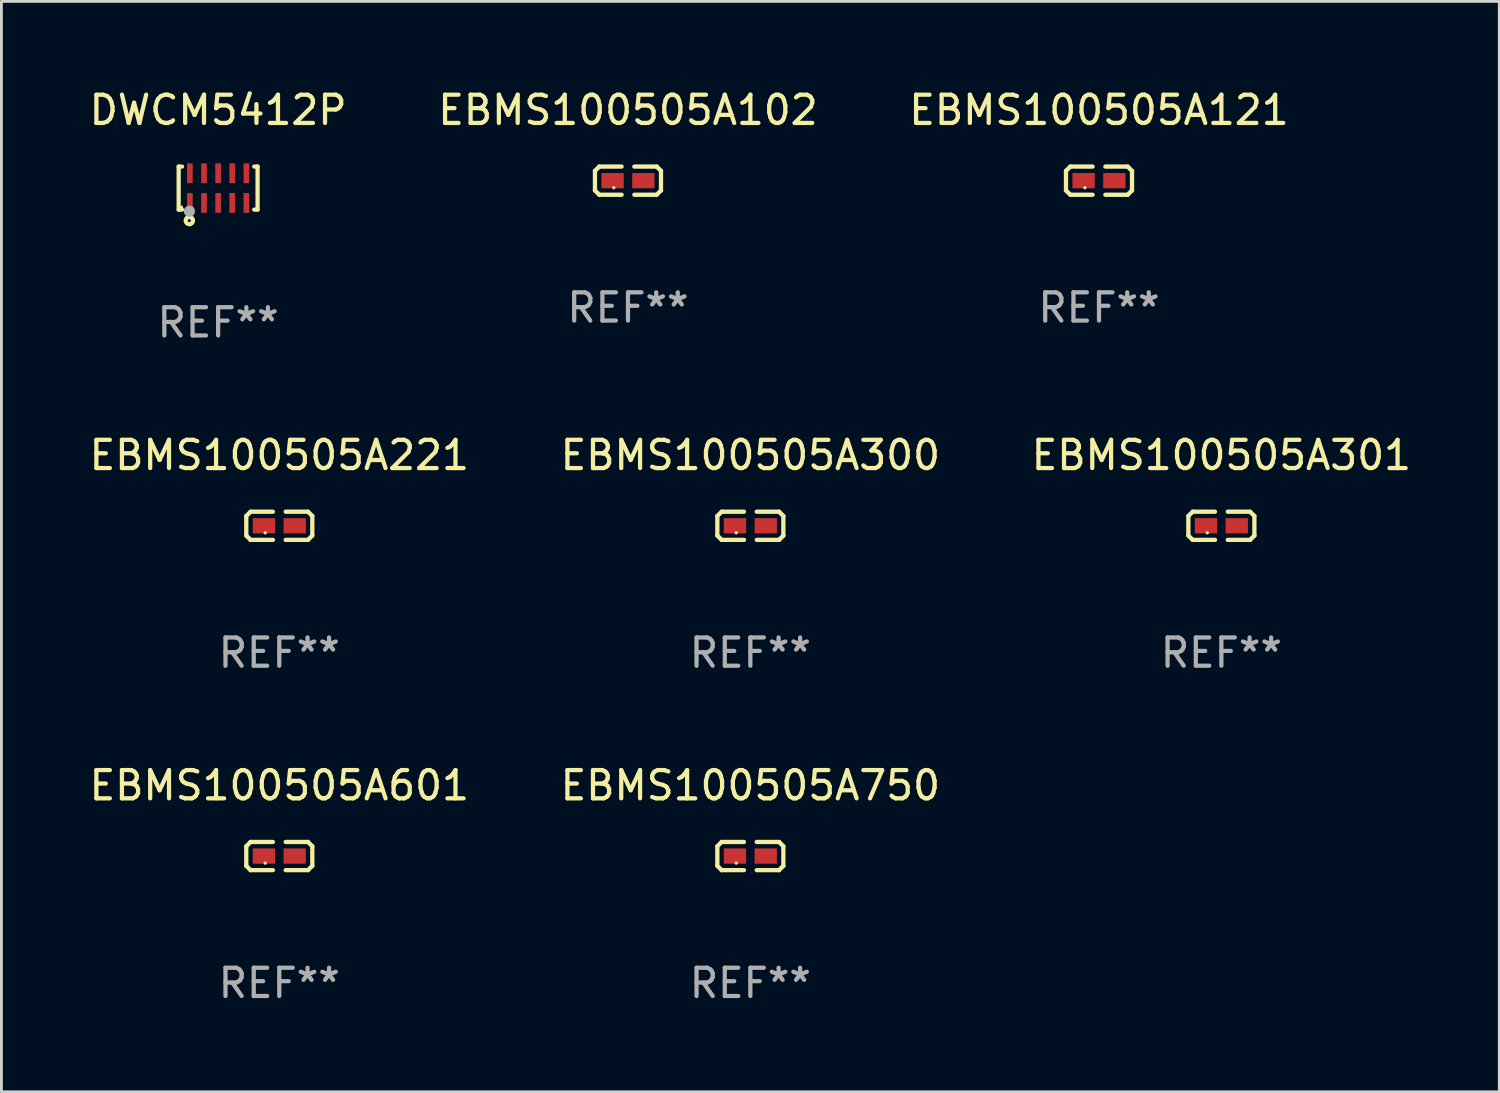
<source format=kicad_pcb>
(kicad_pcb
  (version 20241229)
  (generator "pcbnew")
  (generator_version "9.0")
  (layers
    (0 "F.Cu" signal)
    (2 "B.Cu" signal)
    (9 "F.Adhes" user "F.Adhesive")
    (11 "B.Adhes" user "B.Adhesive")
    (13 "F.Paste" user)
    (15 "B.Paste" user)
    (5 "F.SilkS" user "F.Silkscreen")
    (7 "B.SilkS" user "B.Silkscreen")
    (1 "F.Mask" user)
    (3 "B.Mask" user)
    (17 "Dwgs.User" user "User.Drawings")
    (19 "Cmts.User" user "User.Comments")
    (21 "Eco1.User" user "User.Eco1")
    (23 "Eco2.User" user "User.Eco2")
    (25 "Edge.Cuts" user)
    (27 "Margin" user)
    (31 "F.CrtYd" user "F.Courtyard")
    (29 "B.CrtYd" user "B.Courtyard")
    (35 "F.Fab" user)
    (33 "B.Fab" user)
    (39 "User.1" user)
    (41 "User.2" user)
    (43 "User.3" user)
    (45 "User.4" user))
  (footprint "EBMS100505A121"
    (layer "F.Cu")
    (at 35.863 3.347)
    (property "Reference" "EBMS100505A121" (at 0 -2.499 0) (layer "F.SilkS") (effects (font (size 1 1) (thickness 0.15))))
    (attr through_hole)
    (fp_line (start -1.169 -0.346) (end -1.016 -0.499) (stroke (width 0.152) (type solid)) (layer "F.SilkS"))
    (fp_line (start -1.169 0.346) (end -1.169 -0.346) (stroke (width 0.152) (type solid)) (layer "F.SilkS"))
    (fp_line (start -1.016 -0.499) (end -0.226 -0.499) (stroke (width 0.152) (type solid)) (layer "F.SilkS"))
    (fp_line (start -1.016 0.499) (end -1.169 0.346) (stroke (width 0.152) (type solid)) (layer "F.SilkS"))
    (fp_line (start -0.226 0.499) (end -1.016 0.499) (stroke (width 0.152) (type solid)) (layer "F.SilkS"))
    (fp_line (start 0.226 0.499) (end 1.016 0.499) (stroke (width 0.152) (type solid)) (layer "F.SilkS"))
    (fp_line (start 1.016 -0.499) (end 0.226 -0.499) (stroke (width 0.152) (type solid)) (layer "F.SilkS"))
    (fp_line (start 1.016 0.499) (end 1.169 0.346) (stroke (width 0.152) (type solid)) (layer "F.SilkS"))
    (fp_line (start 1.169 -0.346) (end 1.016 -0.499) (stroke (width 0.152) (type solid)) (layer "F.SilkS"))
    (fp_line (start 1.169 0.346) (end 1.169 -0.346) (stroke (width 0.152) (type solid)) (layer "F.SilkS"))
    (fp_circle (center -0.5 0.25) (end -0.47 0.25) (stroke (width 0.06) (type solid)) (fill no) (layer "F.SilkS"))
    (fp_text user "REF**" (at 0 4.499 0) (layer "F.Fab") (effects (font (size 1 1) (thickness 0.15))))
    (pad "1" smd rect (at -0.545 0) (size 0.79 0.54) (layers "F.Cu" "F.Mask" "F.Paste"))
    (pad "2" smd rect (at 0.545 0) (size 0.79 0.54) (layers "F.Cu" "F.Mask" "F.Paste")))
  (footprint "EBMS100505A300"
    (layer "F.Cu")
    (at 23.518 15.567)
    (property "Reference" "EBMS100505A300" (at 0 -2.499 0) (layer "F.SilkS") (effects (font (size 1 1) (thickness 0.15))))
    (attr through_hole)
    (fp_line (start -1.169 -0.346) (end -1.016 -0.499) (stroke (width 0.152) (type solid)) (layer "F.SilkS"))
    (fp_line (start -1.169 0.346) (end -1.169 -0.346) (stroke (width 0.152) (type solid)) (layer "F.SilkS"))
    (fp_line (start -1.016 -0.499) (end -0.226 -0.499) (stroke (width 0.152) (type solid)) (layer "F.SilkS"))
    (fp_line (start -1.016 0.499) (end -1.169 0.346) (stroke (width 0.152) (type solid)) (layer "F.SilkS"))
    (fp_line (start -0.226 0.499) (end -1.016 0.499) (stroke (width 0.152) (type solid)) (layer "F.SilkS"))
    (fp_line (start 0.226 0.499) (end 1.016 0.499) (stroke (width 0.152) (type solid)) (layer "F.SilkS"))
    (fp_line (start 1.016 -0.499) (end 0.226 -0.499) (stroke (width 0.152) (type solid)) (layer "F.SilkS"))
    (fp_line (start 1.016 0.499) (end 1.169 0.346) (stroke (width 0.152) (type solid)) (layer "F.SilkS"))
    (fp_line (start 1.169 -0.346) (end 1.016 -0.499) (stroke (width 0.152) (type solid)) (layer "F.SilkS"))
    (fp_line (start 1.169 0.346) (end 1.169 -0.346) (stroke (width 0.152) (type solid)) (layer "F.SilkS"))
    (fp_circle (center -0.5 0.25) (end -0.47 0.25) (stroke (width 0.06) (type solid)) (fill no) (layer "F.SilkS"))
    (fp_text user "REF**" (at 0 4.499 0) (layer "F.Fab") (effects (font (size 1 1) (thickness 0.15))))
    (pad "1" smd rect (at -0.545 0) (size 0.79 0.54) (layers "F.Cu" "F.Mask" "F.Paste"))
    (pad "2" smd rect (at 0.545 0) (size 0.79 0.54) (layers "F.Cu" "F.Mask" "F.Paste")))
  (footprint "EBMS100505A301"
    (layer "F.Cu")
    (at 40.196 15.567)
    (property "Reference" "EBMS100505A301" (at 0 -2.499 0) (layer "F.SilkS") (effects (font (size 1 1) (thickness 0.15))))
    (attr through_hole)
    (fp_line (start -1.169 -0.346) (end -1.016 -0.499) (stroke (width 0.152) (type solid)) (layer "F.SilkS"))
    (fp_line (start -1.169 0.346) (end -1.169 -0.346) (stroke (width 0.152) (type solid)) (layer "F.SilkS"))
    (fp_line (start -1.016 -0.499) (end -0.226 -0.499) (stroke (width 0.152) (type solid)) (layer "F.SilkS"))
    (fp_line (start -1.016 0.499) (end -1.169 0.346) (stroke (width 0.152) (type solid)) (layer "F.SilkS"))
    (fp_line (start -0.226 0.499) (end -1.016 0.499) (stroke (width 0.152) (type solid)) (layer "F.SilkS"))
    (fp_line (start 0.226 0.499) (end 1.016 0.499) (stroke (width 0.152) (type solid)) (layer "F.SilkS"))
    (fp_line (start 1.016 -0.499) (end 0.226 -0.499) (stroke (width 0.152) (type solid)) (layer "F.SilkS"))
    (fp_line (start 1.016 0.499) (end 1.169 0.346) (stroke (width 0.152) (type solid)) (layer "F.SilkS"))
    (fp_line (start 1.169 -0.346) (end 1.016 -0.499) (stroke (width 0.152) (type solid)) (layer "F.SilkS"))
    (fp_line (start 1.169 0.346) (end 1.169 -0.346) (stroke (width 0.152) (type solid)) (layer "F.SilkS"))
    (fp_circle (center -0.5 0.25) (end -0.47 0.25) (stroke (width 0.06) (type solid)) (fill no) (layer "F.SilkS"))
    (fp_text user "REF**" (at 0 4.499 0) (layer "F.Fab") (effects (font (size 1 1) (thickness 0.15))))
    (pad "1" smd rect (at -0.545 0) (size 0.79 0.54) (layers "F.Cu" "F.Mask" "F.Paste"))
    (pad "2" smd rect (at 0.545 0) (size 0.79 0.54) (layers "F.Cu" "F.Mask" "F.Paste")))
  (footprint "EBMS100505A601"
    (layer "F.Cu")
    (at 6.839 27.261)
    (property "Reference" "EBMS100505A601" (at 0 -2.499 0) (layer "F.SilkS") (effects (font (size 1 1) (thickness 0.15))))
    (attr through_hole)
    (fp_line (start -1.169 -0.346) (end -1.016 -0.499) (stroke (width 0.152) (type solid)) (layer "F.SilkS"))
    (fp_line (start -1.169 0.346) (end -1.169 -0.346) (stroke (width 0.152) (type solid)) (layer "F.SilkS"))
    (fp_line (start -1.016 -0.499) (end -0.226 -0.499) (stroke (width 0.152) (type solid)) (layer "F.SilkS"))
    (fp_line (start -1.016 0.499) (end -1.169 0.346) (stroke (width 0.152) (type solid)) (layer "F.SilkS"))
    (fp_line (start -0.226 0.499) (end -1.016 0.499) (stroke (width 0.152) (type solid)) (layer "F.SilkS"))
    (fp_line (start 0.226 0.499) (end 1.016 0.499) (stroke (width 0.152) (type solid)) (layer "F.SilkS"))
    (fp_line (start 1.016 -0.499) (end 0.226 -0.499) (stroke (width 0.152) (type solid)) (layer "F.SilkS"))
    (fp_line (start 1.016 0.499) (end 1.169 0.346) (stroke (width 0.152) (type solid)) (layer "F.SilkS"))
    (fp_line (start 1.169 -0.346) (end 1.016 -0.499) (stroke (width 0.152) (type solid)) (layer "F.SilkS"))
    (fp_line (start 1.169 0.346) (end 1.169 -0.346) (stroke (width 0.152) (type solid)) (layer "F.SilkS"))
    (fp_circle (center -0.5 0.25) (end -0.47 0.25) (stroke (width 0.06) (type solid)) (fill no) (layer "F.SilkS"))
    (fp_text user "REF**" (at 0 4.499 0) (layer "F.Fab") (effects (font (size 1 1) (thickness 0.15))))
    (pad "1" smd rect (at -0.545 0) (size 0.79 0.54) (layers "F.Cu" "F.Mask" "F.Paste"))
    (pad "2" smd rect (at 0.545 0) (size 0.79 0.54) (layers "F.Cu" "F.Mask" "F.Paste")))
  (footprint "EBMS100505A750"
    (layer "F.Cu")
    (at 23.518 27.261)
    (property "Reference" "EBMS100505A750" (at 0 -2.499 0) (layer "F.SilkS") (effects (font (size 1 1) (thickness 0.15))))
    (attr through_hole)
    (fp_line (start -1.169 -0.346) (end -1.016 -0.499) (stroke (width 0.152) (type solid)) (layer "F.SilkS"))
    (fp_line (start -1.169 0.346) (end -1.169 -0.346) (stroke (width 0.152) (type solid)) (layer "F.SilkS"))
    (fp_line (start -1.016 -0.499) (end -0.226 -0.499) (stroke (width 0.152) (type solid)) (layer "F.SilkS"))
    (fp_line (start -1.016 0.499) (end -1.169 0.346) (stroke (width 0.152) (type solid)) (layer "F.SilkS"))
    (fp_line (start -0.226 0.499) (end -1.016 0.499) (stroke (width 0.152) (type solid)) (layer "F.SilkS"))
    (fp_line (start 0.226 0.499) (end 1.016 0.499) (stroke (width 0.152) (type solid)) (layer "F.SilkS"))
    (fp_line (start 1.016 -0.499) (end 0.226 -0.499) (stroke (width 0.152) (type solid)) (layer "F.SilkS"))
    (fp_line (start 1.016 0.499) (end 1.169 0.346) (stroke (width 0.152) (type solid)) (layer "F.SilkS"))
    (fp_line (start 1.169 -0.346) (end 1.016 -0.499) (stroke (width 0.152) (type solid)) (layer "F.SilkS"))
    (fp_line (start 1.169 0.346) (end 1.169 -0.346) (stroke (width 0.152) (type solid)) (layer "F.SilkS"))
    (fp_circle (center -0.5 0.25) (end -0.47 0.25) (stroke (width 0.06) (type solid)) (fill no) (layer "F.SilkS"))
    (fp_text user "REF**" (at 0 4.499 0) (layer "F.Fab") (effects (font (size 1 1) (thickness 0.15))))
    (pad "1" smd rect (at -0.545 0) (size 0.79 0.54) (layers "F.Cu" "F.Mask" "F.Paste"))
    (pad "2" smd rect (at 0.545 0) (size 0.79 0.54) (layers "F.Cu" "F.Mask" "F.Paste")))
  (footprint "DWCM5412P"
    (layer "F.Cu")
    (at 4.673 3.61)
    (property "Reference" "DWCM5412P" (at 0 -2.762 0) (layer "F.SilkS") (effects (font (size 1 1) (thickness 0.15))))
    (attr through_hole)
    (fp_line (start -1.397 -0.762) (end -1.397 0.762) (stroke (width 0.15) (type solid)) (layer "F.SilkS"))
    (fp_line (start -1.397 0.762) (end -1.279 0.762) (stroke (width 0.15) (type solid)) (layer "F.SilkS"))
    (fp_line (start -1.279 -0.762) (end -1.397 -0.762) (stroke (width 0.15) (type solid)) (layer "F.SilkS"))
    (fp_line (start 1.279 0.762) (end 1.397 0.762) (stroke (width 0.15) (type solid)) (layer "F.SilkS"))
    (fp_line (start 1.397 -0.762) (end 1.279 -0.762) (stroke (width 0.15) (type solid)) (layer "F.SilkS"))
    (fp_line (start 1.397 0.762) (end 1.397 -0.762) (stroke (width 0.15) (type solid)) (layer "F.SilkS"))
    (fp_circle (center -1.3 0.675) (end -1.27 0.675) (stroke (width 0.06) (type solid)) (fill no) (layer "F.SilkS"))
    (fp_circle (center -1.02 1.15) (end -0.966 1.15) (stroke (width 0.15) (type solid)) (fill no) (layer "F.SilkS"))
    (fp_circle (center -1.016 0.818) (end -0.916 0.818) (stroke (width 0.2) (type solid)) (fill no) (layer "F.Fab"))
    (fp_text user "REF**" (at 0 4.762 0) (layer "F.Fab") (effects (font (size 1 1) (thickness 0.15))))
    (pad "1" smd rect (at -1 0.525) (size 0.2 0.7) (layers "F.Cu" "F.Mask" "F.Paste"))
    (pad "2" smd rect (at -0.5 0.525) (size 0.2 0.7) (layers "F.Cu" "F.Mask" "F.Paste"))
    (pad "3" smd rect (at 0 0.525) (size 0.2 0.7) (layers "F.Cu" "F.Mask" "F.Paste"))
    (pad "4" smd rect (at 0.5 0.525) (size 0.2 0.7) (layers "F.Cu" "F.Mask" "F.Paste"))
    (pad "5" smd rect (at 1 0.525) (size 0.2 0.7) (layers "F.Cu" "F.Mask" "F.Paste"))
    (pad "6" smd rect (at 1 -0.525) (size 0.2 0.7) (layers "F.Cu" "F.Mask" "F.Paste"))
    (pad "7" smd rect (at 0.5 -0.525) (size 0.2 0.7) (layers "F.Cu" "F.Mask" "F.Paste"))
    (pad "8" smd rect (at 0 -0.525) (size 0.2 0.7) (layers "F.Cu" "F.Mask" "F.Paste"))
    (pad "9" smd rect (at -0.5 -0.525) (size 0.2 0.7) (layers "F.Cu" "F.Mask" "F.Paste"))
    (pad "10" smd rect (at -1 -0.525) (size 0.2 0.7) (layers "F.Cu" "F.Mask" "F.Paste")))
  (footprint "EBMS100505A102"
    (layer "F.Cu")
    (at 19.185 3.347)
    (property "Reference" "EBMS100505A102" (at 0 -2.499 0) (layer "F.SilkS") (effects (font (size 1 1) (thickness 0.15))))
    (attr through_hole)
    (fp_line (start -1.169 -0.346) (end -1.016 -0.499) (stroke (width 0.152) (type solid)) (layer "F.SilkS"))
    (fp_line (start -1.169 0.346) (end -1.169 -0.346) (stroke (width 0.152) (type solid)) (layer "F.SilkS"))
    (fp_line (start -1.016 -0.499) (end -0.226 -0.499) (stroke (width 0.152) (type solid)) (layer "F.SilkS"))
    (fp_line (start -1.016 0.499) (end -1.169 0.346) (stroke (width 0.152) (type solid)) (layer "F.SilkS"))
    (fp_line (start -0.226 0.499) (end -1.016 0.499) (stroke (width 0.152) (type solid)) (layer "F.SilkS"))
    (fp_line (start 0.226 0.499) (end 1.016 0.499) (stroke (width 0.152) (type solid)) (layer "F.SilkS"))
    (fp_line (start 1.016 -0.499) (end 0.226 -0.499) (stroke (width 0.152) (type solid)) (layer "F.SilkS"))
    (fp_line (start 1.016 0.499) (end 1.169 0.346) (stroke (width 0.152) (type solid)) (layer "F.SilkS"))
    (fp_line (start 1.169 -0.346) (end 1.016 -0.499) (stroke (width 0.152) (type solid)) (layer "F.SilkS"))
    (fp_line (start 1.169 0.346) (end 1.169 -0.346) (stroke (width 0.152) (type solid)) (layer "F.SilkS"))
    (fp_circle (center -0.5 0.25) (end -0.47 0.25) (stroke (width 0.06) (type solid)) (fill no) (layer "F.SilkS"))
    (fp_text user "REF**" (at 0 4.499 0) (layer "F.Fab") (effects (font (size 1 1) (thickness 0.15))))
    (pad "1" smd rect (at -0.545 0) (size 0.79 0.54) (layers "F.Cu" "F.Mask" "F.Paste"))
    (pad "2" smd rect (at 0.545 0) (size 0.79 0.54) (layers "F.Cu" "F.Mask" "F.Paste")))
  (footprint "EBMS100505A221"
    (layer "F.Cu")
    (at 6.839 15.567)
    (property "Reference" "EBMS100505A221" (at 0 -2.499 0) (layer "F.SilkS") (effects (font (size 1 1) (thickness 0.15))))
    (attr through_hole)
    (fp_line (start -1.169 -0.346) (end -1.016 -0.499) (stroke (width 0.152) (type solid)) (layer "F.SilkS"))
    (fp_line (start -1.169 0.346) (end -1.169 -0.346) (stroke (width 0.152) (type solid)) (layer "F.SilkS"))
    (fp_line (start -1.016 -0.499) (end -0.226 -0.499) (stroke (width 0.152) (type solid)) (layer "F.SilkS"))
    (fp_line (start -1.016 0.499) (end -1.169 0.346) (stroke (width 0.152) (type solid)) (layer "F.SilkS"))
    (fp_line (start -0.226 0.499) (end -1.016 0.499) (stroke (width 0.152) (type solid)) (layer "F.SilkS"))
    (fp_line (start 0.226 0.499) (end 1.016 0.499) (stroke (width 0.152) (type solid)) (layer "F.SilkS"))
    (fp_line (start 1.016 -0.499) (end 0.226 -0.499) (stroke (width 0.152) (type solid)) (layer "F.SilkS"))
    (fp_line (start 1.016 0.499) (end 1.169 0.346) (stroke (width 0.152) (type solid)) (layer "F.SilkS"))
    (fp_line (start 1.169 -0.346) (end 1.016 -0.499) (stroke (width 0.152) (type solid)) (layer "F.SilkS"))
    (fp_line (start 1.169 0.346) (end 1.169 -0.346) (stroke (width 0.152) (type solid)) (layer "F.SilkS"))
    (fp_circle (center -0.5 0.25) (end -0.47 0.25) (stroke (width 0.06) (type solid)) (fill no) (layer "F.SilkS"))
    (fp_text user "REF**" (at 0 4.499 0) (layer "F.Fab") (effects (font (size 1 1) (thickness 0.15))))
    (pad "1" smd rect (at -0.545 0) (size 0.79 0.54) (layers "F.Cu" "F.Mask" "F.Paste"))
    (pad "2" smd rect (at 0.545 0) (size 0.79 0.54) (layers "F.Cu" "F.Mask" "F.Paste")))
  (gr_rect
    (start -3 -3)
    (end 50.036 35.608)
    (stroke (width 0.1) (type default))
    (fill no)
    (layer "Edge.Cuts")))
</source>
